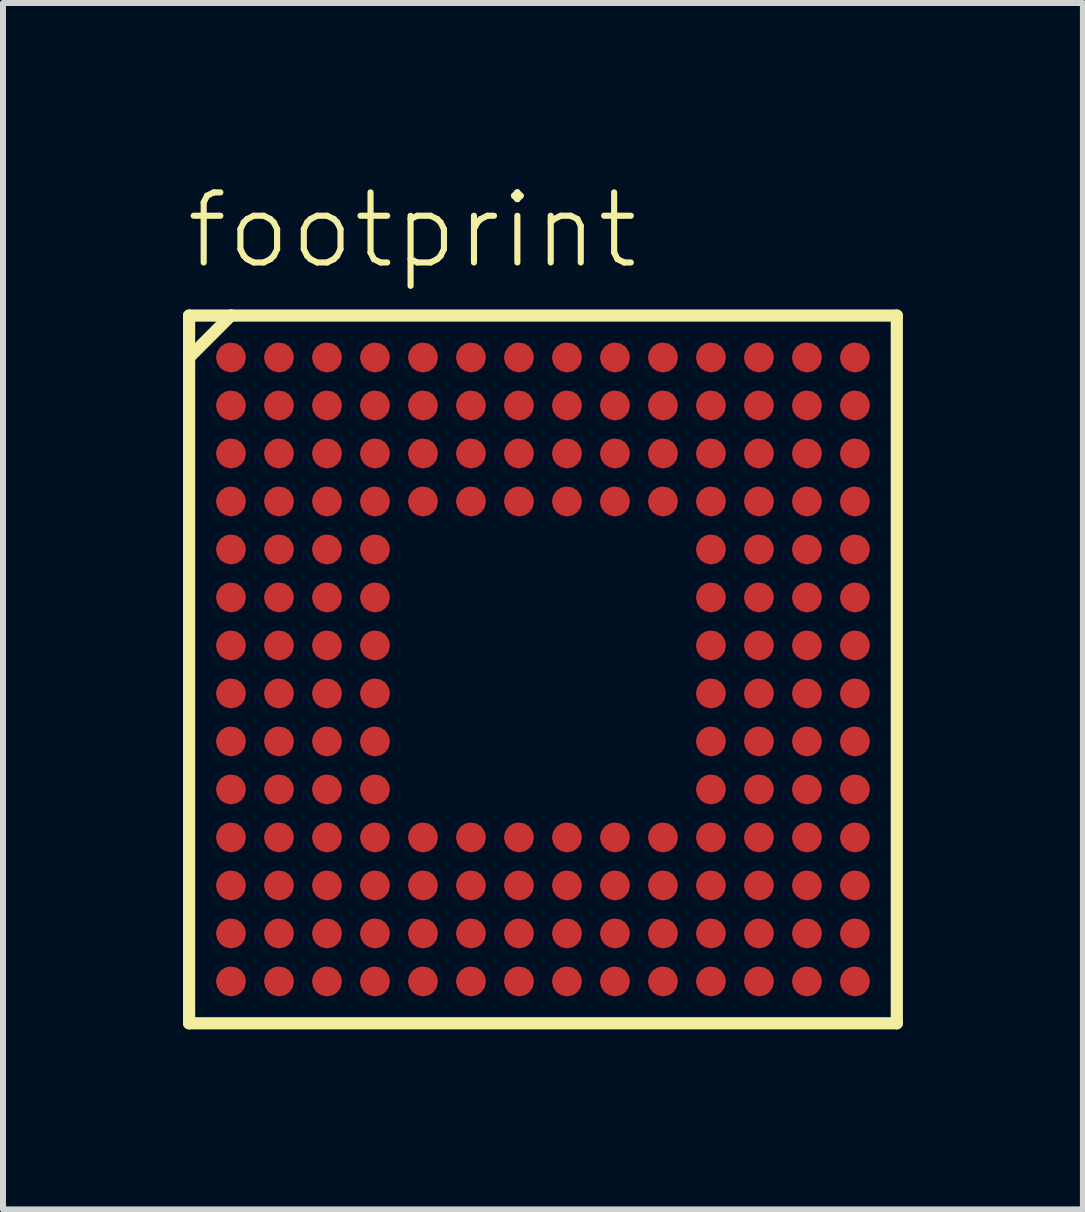
<source format=kicad_pcb>
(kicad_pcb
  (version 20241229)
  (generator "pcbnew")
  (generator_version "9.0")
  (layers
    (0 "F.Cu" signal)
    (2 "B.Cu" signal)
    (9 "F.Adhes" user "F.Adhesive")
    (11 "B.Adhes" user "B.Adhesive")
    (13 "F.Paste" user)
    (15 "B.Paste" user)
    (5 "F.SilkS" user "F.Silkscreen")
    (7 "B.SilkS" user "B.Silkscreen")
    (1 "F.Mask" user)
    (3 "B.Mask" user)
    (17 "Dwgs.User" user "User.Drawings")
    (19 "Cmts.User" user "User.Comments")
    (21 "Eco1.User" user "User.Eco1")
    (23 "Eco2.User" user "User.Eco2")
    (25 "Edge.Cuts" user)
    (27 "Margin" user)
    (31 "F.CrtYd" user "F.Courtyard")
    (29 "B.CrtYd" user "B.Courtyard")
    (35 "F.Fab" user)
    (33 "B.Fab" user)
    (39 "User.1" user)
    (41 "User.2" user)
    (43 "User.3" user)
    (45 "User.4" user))
  (footprint "footprint"
    (layer "F.Cu")
    (at 6 8.108)
    (property "Reference" "footprint" (at -6 -6.635 0) (layer "F.SilkS") (effects (font (size 1.168 1.168) (thickness 0.102)) (justify left bottom)))
    (fp_circle (center -5.2 -5.2) (end -5.075 -5.2) (stroke (width 0.25) (type solid)) (fill yes) (layer "F.Mask"))
    (fp_circle (center -5.2 -4.4) (end -5.075 -4.4) (stroke (width 0.25) (type solid)) (fill yes) (layer "F.Mask"))
    (fp_circle (center -5.2 -3.6) (end -5.075 -3.6) (stroke (width 0.25) (type solid)) (fill yes) (layer "F.Mask"))
    (fp_circle (center -5.2 -2.8) (end -5.075 -2.8) (stroke (width 0.25) (type solid)) (fill yes) (layer "F.Mask"))
    (fp_circle (center -5.2 -2) (end -5.075 -2) (stroke (width 0.25) (type solid)) (fill yes) (layer "F.Mask"))
    (fp_circle (center -5.2 -1.2) (end -5.075 -1.2) (stroke (width 0.25) (type solid)) (fill yes) (layer "F.Mask"))
    (fp_circle (center -5.2 -0.4) (end -5.075 -0.4) (stroke (width 0.25) (type solid)) (fill yes) (layer "F.Mask"))
    (fp_circle (center -5.2 0.4) (end -5.075 0.4) (stroke (width 0.25) (type solid)) (fill yes) (layer "F.Mask"))
    (fp_circle (center -5.2 1.2) (end -5.075 1.2) (stroke (width 0.25) (type solid)) (fill yes) (layer "F.Mask"))
    (fp_circle (center -5.2 2) (end -5.075 2) (stroke (width 0.25) (type solid)) (fill yes) (layer "F.Mask"))
    (fp_circle (center -5.2 2.8) (end -5.075 2.8) (stroke (width 0.25) (type solid)) (fill yes) (layer "F.Mask"))
    (fp_circle (center -5.2 3.6) (end -5.075 3.6) (stroke (width 0.25) (type solid)) (fill yes) (layer "F.Mask"))
    (fp_circle (center -5.2 4.4) (end -5.075 4.4) (stroke (width 0.25) (type solid)) (fill yes) (layer "F.Mask"))
    (fp_circle (center -5.2 5.2) (end -5.075 5.2) (stroke (width 0.25) (type solid)) (fill yes) (layer "F.Mask"))
    (fp_circle (center -4.4 -5.2) (end -4.275 -5.2) (stroke (width 0.25) (type solid)) (fill yes) (layer "F.Mask"))
    (fp_circle (center -4.4 -4.4) (end -4.275 -4.4) (stroke (width 0.25) (type solid)) (fill yes) (layer "F.Mask"))
    (fp_circle (center -4.4 -3.6) (end -4.275 -3.6) (stroke (width 0.25) (type solid)) (fill yes) (layer "F.Mask"))
    (fp_circle (center -4.4 -2.8) (end -4.275 -2.8) (stroke (width 0.25) (type solid)) (fill yes) (layer "F.Mask"))
    (fp_circle (center -4.4 -2) (end -4.275 -2) (stroke (width 0.25) (type solid)) (fill yes) (layer "F.Mask"))
    (fp_circle (center -4.4 -1.2) (end -4.275 -1.2) (stroke (width 0.25) (type solid)) (fill yes) (layer "F.Mask"))
    (fp_circle (center -4.4 -0.4) (end -4.275 -0.4) (stroke (width 0.25) (type solid)) (fill yes) (layer "F.Mask"))
    (fp_circle (center -4.4 0.4) (end -4.275 0.4) (stroke (width 0.25) (type solid)) (fill yes) (layer "F.Mask"))
    (fp_circle (center -4.4 1.2) (end -4.275 1.2) (stroke (width 0.25) (type solid)) (fill yes) (layer "F.Mask"))
    (fp_circle (center -4.4 2) (end -4.275 2) (stroke (width 0.25) (type solid)) (fill yes) (layer "F.Mask"))
    (fp_circle (center -4.4 2.8) (end -4.275 2.8) (stroke (width 0.25) (type solid)) (fill yes) (layer "F.Mask"))
    (fp_circle (center -4.4 3.6) (end -4.275 3.6) (stroke (width 0.25) (type solid)) (fill yes) (layer "F.Mask"))
    (fp_circle (center -4.4 4.4) (end -4.275 4.4) (stroke (width 0.25) (type solid)) (fill yes) (layer "F.Mask"))
    (fp_circle (center -4.4 5.2) (end -4.275 5.2) (stroke (width 0.25) (type solid)) (fill yes) (layer "F.Mask"))
    (fp_circle (center -3.6 -5.2) (end -3.475 -5.2) (stroke (width 0.25) (type solid)) (fill yes) (layer "F.Mask"))
    (fp_circle (center -3.6 -4.4) (end -3.475 -4.4) (stroke (width 0.25) (type solid)) (fill yes) (layer "F.Mask"))
    (fp_circle (center -3.6 -3.6) (end -3.475 -3.6) (stroke (width 0.25) (type solid)) (fill yes) (layer "F.Mask"))
    (fp_circle (center -3.6 -2.8) (end -3.475 -2.8) (stroke (width 0.25) (type solid)) (fill yes) (layer "F.Mask"))
    (fp_circle (center -3.6 -2) (end -3.475 -2) (stroke (width 0.25) (type solid)) (fill yes) (layer "F.Mask"))
    (fp_circle (center -3.6 -1.2) (end -3.475 -1.2) (stroke (width 0.25) (type solid)) (fill yes) (layer "F.Mask"))
    (fp_circle (center -3.6 -0.4) (end -3.475 -0.4) (stroke (width 0.25) (type solid)) (fill yes) (layer "F.Mask"))
    (fp_circle (center -3.6 0.4) (end -3.475 0.4) (stroke (width 0.25) (type solid)) (fill yes) (layer "F.Mask"))
    (fp_circle (center -3.6 1.2) (end -3.475 1.2) (stroke (width 0.25) (type solid)) (fill yes) (layer "F.Mask"))
    (fp_circle (center -3.6 2) (end -3.475 2) (stroke (width 0.25) (type solid)) (fill yes) (layer "F.Mask"))
    (fp_circle (center -3.6 2.8) (end -3.475 2.8) (stroke (width 0.25) (type solid)) (fill yes) (layer "F.Mask"))
    (fp_circle (center -3.6 3.6) (end -3.475 3.6) (stroke (width 0.25) (type solid)) (fill yes) (layer "F.Mask"))
    (fp_circle (center -3.6 4.4) (end -3.475 4.4) (stroke (width 0.25) (type solid)) (fill yes) (layer "F.Mask"))
    (fp_circle (center -3.6 5.2) (end -3.475 5.2) (stroke (width 0.25) (type solid)) (fill yes) (layer "F.Mask"))
    (fp_circle (center -2.8 -5.2) (end -2.675 -5.2) (stroke (width 0.25) (type solid)) (fill yes) (layer "F.Mask"))
    (fp_circle (center -2.8 -4.4) (end -2.675 -4.4) (stroke (width 0.25) (type solid)) (fill yes) (layer "F.Mask"))
    (fp_circle (center -2.8 -3.6) (end -2.675 -3.6) (stroke (width 0.25) (type solid)) (fill yes) (layer "F.Mask"))
    (fp_circle (center -2.8 -2.8) (end -2.675 -2.8) (stroke (width 0.25) (type solid)) (fill yes) (layer "F.Mask"))
    (fp_circle (center -2.8 -2) (end -2.675 -2) (stroke (width 0.25) (type solid)) (fill yes) (layer "F.Mask"))
    (fp_circle (center -2.8 -1.2) (end -2.675 -1.2) (stroke (width 0.25) (type solid)) (fill yes) (layer "F.Mask"))
    (fp_circle (center -2.8 -0.4) (end -2.675 -0.4) (stroke (width 0.25) (type solid)) (fill yes) (layer "F.Mask"))
    (fp_circle (center -2.8 0.4) (end -2.675 0.4) (stroke (width 0.25) (type solid)) (fill yes) (layer "F.Mask"))
    (fp_circle (center -2.8 1.2) (end -2.675 1.2) (stroke (width 0.25) (type solid)) (fill yes) (layer "F.Mask"))
    (fp_circle (center -2.8 2) (end -2.675 2) (stroke (width 0.25) (type solid)) (fill yes) (layer "F.Mask"))
    (fp_circle (center -2.8 2.8) (end -2.675 2.8) (stroke (width 0.25) (type solid)) (fill yes) (layer "F.Mask"))
    (fp_circle (center -2.8 3.6) (end -2.675 3.6) (stroke (width 0.25) (type solid)) (fill yes) (layer "F.Mask"))
    (fp_circle (center -2.8 4.4) (end -2.675 4.4) (stroke (width 0.25) (type solid)) (fill yes) (layer "F.Mask"))
    (fp_circle (center -2.8 5.2) (end -2.675 5.2) (stroke (width 0.25) (type solid)) (fill yes) (layer "F.Mask"))
    (fp_circle (center -2 -5.2) (end -1.875 -5.2) (stroke (width 0.25) (type solid)) (fill yes) (layer "F.Mask"))
    (fp_circle (center -2 -4.4) (end -1.875 -4.4) (stroke (width 0.25) (type solid)) (fill yes) (layer "F.Mask"))
    (fp_circle (center -2 -3.6) (end -1.875 -3.6) (stroke (width 0.25) (type solid)) (fill yes) (layer "F.Mask"))
    (fp_circle (center -2 -2.8) (end -1.875 -2.8) (stroke (width 0.25) (type solid)) (fill yes) (layer "F.Mask"))
    (fp_circle (center -2 2.8) (end -1.875 2.8) (stroke (width 0.25) (type solid)) (fill yes) (layer "F.Mask"))
    (fp_circle (center -2 3.6) (end -1.875 3.6) (stroke (width 0.25) (type solid)) (fill yes) (layer "F.Mask"))
    (fp_circle (center -2 4.4) (end -1.875 4.4) (stroke (width 0.25) (type solid)) (fill yes) (layer "F.Mask"))
    (fp_circle (center -2 5.2) (end -1.875 5.2) (stroke (width 0.25) (type solid)) (fill yes) (layer "F.Mask"))
    (fp_circle (center -1.2 -5.2) (end -1.075 -5.2) (stroke (width 0.25) (type solid)) (fill yes) (layer "F.Mask"))
    (fp_circle (center -1.2 -4.4) (end -1.075 -4.4) (stroke (width 0.25) (type solid)) (fill yes) (layer "F.Mask"))
    (fp_circle (center -1.2 -3.6) (end -1.075 -3.6) (stroke (width 0.25) (type solid)) (fill yes) (layer "F.Mask"))
    (fp_circle (center -1.2 -2.8) (end -1.075 -2.8) (stroke (width 0.25) (type solid)) (fill yes) (layer "F.Mask"))
    (fp_circle (center -1.2 2.8) (end -1.075 2.8) (stroke (width 0.25) (type solid)) (fill yes) (layer "F.Mask"))
    (fp_circle (center -1.2 3.6) (end -1.075 3.6) (stroke (width 0.25) (type solid)) (fill yes) (layer "F.Mask"))
    (fp_circle (center -1.2 4.4) (end -1.075 4.4) (stroke (width 0.25) (type solid)) (fill yes) (layer "F.Mask"))
    (fp_circle (center -1.2 5.2) (end -1.075 5.2) (stroke (width 0.25) (type solid)) (fill yes) (layer "F.Mask"))
    (fp_circle (center -0.4 -5.2) (end -0.275 -5.2) (stroke (width 0.25) (type solid)) (fill yes) (layer "F.Mask"))
    (fp_circle (center -0.4 -4.4) (end -0.275 -4.4) (stroke (width 0.25) (type solid)) (fill yes) (layer "F.Mask"))
    (fp_circle (center -0.4 -3.6) (end -0.275 -3.6) (stroke (width 0.25) (type solid)) (fill yes) (layer "F.Mask"))
    (fp_circle (center -0.4 -2.8) (end -0.275 -2.8) (stroke (width 0.25) (type solid)) (fill yes) (layer "F.Mask"))
    (fp_circle (center -0.4 2.8) (end -0.275 2.8) (stroke (width 0.25) (type solid)) (fill yes) (layer "F.Mask"))
    (fp_circle (center -0.4 3.6) (end -0.275 3.6) (stroke (width 0.25) (type solid)) (fill yes) (layer "F.Mask"))
    (fp_circle (center -0.4 4.4) (end -0.275 4.4) (stroke (width 0.25) (type solid)) (fill yes) (layer "F.Mask"))
    (fp_circle (center -0.4 5.2) (end -0.275 5.2) (stroke (width 0.25) (type solid)) (fill yes) (layer "F.Mask"))
    (fp_circle (center 0.4 -5.2) (end 0.525 -5.2) (stroke (width 0.25) (type solid)) (fill yes) (layer "F.Mask"))
    (fp_circle (center 0.4 -4.4) (end 0.525 -4.4) (stroke (width 0.25) (type solid)) (fill yes) (layer "F.Mask"))
    (fp_circle (center 0.4 -3.6) (end 0.525 -3.6) (stroke (width 0.25) (type solid)) (fill yes) (layer "F.Mask"))
    (fp_circle (center 0.4 -2.8) (end 0.525 -2.8) (stroke (width 0.25) (type solid)) (fill yes) (layer "F.Mask"))
    (fp_circle (center 0.4 2.8) (end 0.525 2.8) (stroke (width 0.25) (type solid)) (fill yes) (layer "F.Mask"))
    (fp_circle (center 0.4 3.6) (end 0.525 3.6) (stroke (width 0.25) (type solid)) (fill yes) (layer "F.Mask"))
    (fp_circle (center 0.4 4.4) (end 0.525 4.4) (stroke (width 0.25) (type solid)) (fill yes) (layer "F.Mask"))
    (fp_circle (center 0.4 5.2) (end 0.525 5.2) (stroke (width 0.25) (type solid)) (fill yes) (layer "F.Mask"))
    (fp_circle (center 1.2 -5.2) (end 1.325 -5.2) (stroke (width 0.25) (type solid)) (fill yes) (layer "F.Mask"))
    (fp_circle (center 1.2 -4.4) (end 1.325 -4.4) (stroke (width 0.25) (type solid)) (fill yes) (layer "F.Mask"))
    (fp_circle (center 1.2 -3.6) (end 1.325 -3.6) (stroke (width 0.25) (type solid)) (fill yes) (layer "F.Mask"))
    (fp_circle (center 1.2 -2.8) (end 1.325 -2.8) (stroke (width 0.25) (type solid)) (fill yes) (layer "F.Mask"))
    (fp_circle (center 1.2 2.8) (end 1.325 2.8) (stroke (width 0.25) (type solid)) (fill yes) (layer "F.Mask"))
    (fp_circle (center 1.2 3.6) (end 1.325 3.6) (stroke (width 0.25) (type solid)) (fill yes) (layer "F.Mask"))
    (fp_circle (center 1.2 4.4) (end 1.325 4.4) (stroke (width 0.25) (type solid)) (fill yes) (layer "F.Mask"))
    (fp_circle (center 1.2 5.2) (end 1.325 5.2) (stroke (width 0.25) (type solid)) (fill yes) (layer "F.Mask"))
    (fp_circle (center 2 -5.2) (end 2.125 -5.2) (stroke (width 0.25) (type solid)) (fill yes) (layer "F.Mask"))
    (fp_circle (center 2 -4.4) (end 2.125 -4.4) (stroke (width 0.25) (type solid)) (fill yes) (layer "F.Mask"))
    (fp_circle (center 2 -3.6) (end 2.125 -3.6) (stroke (width 0.25) (type solid)) (fill yes) (layer "F.Mask"))
    (fp_circle (center 2 -2.8) (end 2.125 -2.8) (stroke (width 0.25) (type solid)) (fill yes) (layer "F.Mask"))
    (fp_circle (center 2 2.8) (end 2.125 2.8) (stroke (width 0.25) (type solid)) (fill yes) (layer "F.Mask"))
    (fp_circle (center 2 3.6) (end 2.125 3.6) (stroke (width 0.25) (type solid)) (fill yes) (layer "F.Mask"))
    (fp_circle (center 2 4.4) (end 2.125 4.4) (stroke (width 0.25) (type solid)) (fill yes) (layer "F.Mask"))
    (fp_circle (center 2 5.2) (end 2.125 5.2) (stroke (width 0.25) (type solid)) (fill yes) (layer "F.Mask"))
    (fp_circle (center 2.8 -5.2) (end 2.925 -5.2) (stroke (width 0.25) (type solid)) (fill yes) (layer "F.Mask"))
    (fp_circle (center 2.8 -4.4) (end 2.925 -4.4) (stroke (width 0.25) (type solid)) (fill yes) (layer "F.Mask"))
    (fp_circle (center 2.8 -3.6) (end 2.925 -3.6) (stroke (width 0.25) (type solid)) (fill yes) (layer "F.Mask"))
    (fp_circle (center 2.8 -2.8) (end 2.925 -2.8) (stroke (width 0.25) (type solid)) (fill yes) (layer "F.Mask"))
    (fp_circle (center 2.8 -2) (end 2.925 -2) (stroke (width 0.25) (type solid)) (fill yes) (layer "F.Mask"))
    (fp_circle (center 2.8 -1.2) (end 2.925 -1.2) (stroke (width 0.25) (type solid)) (fill yes) (layer "F.Mask"))
    (fp_circle (center 2.8 -0.4) (end 2.925 -0.4) (stroke (width 0.25) (type solid)) (fill yes) (layer "F.Mask"))
    (fp_circle (center 2.8 0.4) (end 2.925 0.4) (stroke (width 0.25) (type solid)) (fill yes) (layer "F.Mask"))
    (fp_circle (center 2.8 1.2) (end 2.925 1.2) (stroke (width 0.25) (type solid)) (fill yes) (layer "F.Mask"))
    (fp_circle (center 2.8 2) (end 2.925 2) (stroke (width 0.25) (type solid)) (fill yes) (layer "F.Mask"))
    (fp_circle (center 2.8 2.8) (end 2.925 2.8) (stroke (width 0.25) (type solid)) (fill yes) (layer "F.Mask"))
    (fp_circle (center 2.8 3.6) (end 2.925 3.6) (stroke (width 0.25) (type solid)) (fill yes) (layer "F.Mask"))
    (fp_circle (center 2.8 4.4) (end 2.925 4.4) (stroke (width 0.25) (type solid)) (fill yes) (layer "F.Mask"))
    (fp_circle (center 2.8 5.2) (end 2.925 5.2) (stroke (width 0.25) (type solid)) (fill yes) (layer "F.Mask"))
    (fp_circle (center 3.6 -5.2) (end 3.725 -5.2) (stroke (width 0.25) (type solid)) (fill yes) (layer "F.Mask"))
    (fp_circle (center 3.6 -4.4) (end 3.725 -4.4) (stroke (width 0.25) (type solid)) (fill yes) (layer "F.Mask"))
    (fp_circle (center 3.6 -3.6) (end 3.725 -3.6) (stroke (width 0.25) (type solid)) (fill yes) (layer "F.Mask"))
    (fp_circle (center 3.6 -2.8) (end 3.725 -2.8) (stroke (width 0.25) (type solid)) (fill yes) (layer "F.Mask"))
    (fp_circle (center 3.6 -2) (end 3.725 -2) (stroke (width 0.25) (type solid)) (fill yes) (layer "F.Mask"))
    (fp_circle (center 3.6 -1.2) (end 3.725 -1.2) (stroke (width 0.25) (type solid)) (fill yes) (layer "F.Mask"))
    (fp_circle (center 3.6 -0.4) (end 3.725 -0.4) (stroke (width 0.25) (type solid)) (fill yes) (layer "F.Mask"))
    (fp_circle (center 3.6 0.4) (end 3.725 0.4) (stroke (width 0.25) (type solid)) (fill yes) (layer "F.Mask"))
    (fp_circle (center 3.6 1.2) (end 3.725 1.2) (stroke (width 0.25) (type solid)) (fill yes) (layer "F.Mask"))
    (fp_circle (center 3.6 2) (end 3.725 2) (stroke (width 0.25) (type solid)) (fill yes) (layer "F.Mask"))
    (fp_circle (center 3.6 2.8) (end 3.725 2.8) (stroke (width 0.25) (type solid)) (fill yes) (layer "F.Mask"))
    (fp_circle (center 3.6 3.6) (end 3.725 3.6) (stroke (width 0.25) (type solid)) (fill yes) (layer "F.Mask"))
    (fp_circle (center 3.6 4.4) (end 3.725 4.4) (stroke (width 0.25) (type solid)) (fill yes) (layer "F.Mask"))
    (fp_circle (center 3.6 5.2) (end 3.725 5.2) (stroke (width 0.25) (type solid)) (fill yes) (layer "F.Mask"))
    (fp_circle (center 4.4 -5.2) (end 4.525 -5.2) (stroke (width 0.25) (type solid)) (fill yes) (layer "F.Mask"))
    (fp_circle (center 4.4 -4.4) (end 4.525 -4.4) (stroke (width 0.25) (type solid)) (fill yes) (layer "F.Mask"))
    (fp_circle (center 4.4 -3.6) (end 4.525 -3.6) (stroke (width 0.25) (type solid)) (fill yes) (layer "F.Mask"))
    (fp_circle (center 4.4 -2.8) (end 4.525 -2.8) (stroke (width 0.25) (type solid)) (fill yes) (layer "F.Mask"))
    (fp_circle (center 4.4 -2) (end 4.525 -2) (stroke (width 0.25) (type solid)) (fill yes) (layer "F.Mask"))
    (fp_circle (center 4.4 -1.2) (end 4.525 -1.2) (stroke (width 0.25) (type solid)) (fill yes) (layer "F.Mask"))
    (fp_circle (center 4.4 -0.4) (end 4.525 -0.4) (stroke (width 0.25) (type solid)) (fill yes) (layer "F.Mask"))
    (fp_circle (center 4.4 0.4) (end 4.525 0.4) (stroke (width 0.25) (type solid)) (fill yes) (layer "F.Mask"))
    (fp_circle (center 4.4 1.2) (end 4.525 1.2) (stroke (width 0.25) (type solid)) (fill yes) (layer "F.Mask"))
    (fp_circle (center 4.4 2) (end 4.525 2) (stroke (width 0.25) (type solid)) (fill yes) (layer "F.Mask"))
    (fp_circle (center 4.4 2.8) (end 4.525 2.8) (stroke (width 0.25) (type solid)) (fill yes) (layer "F.Mask"))
    (fp_circle (center 4.4 3.6) (end 4.525 3.6) (stroke (width 0.25) (type solid)) (fill yes) (layer "F.Mask"))
    (fp_circle (center 4.4 4.4) (end 4.525 4.4) (stroke (width 0.25) (type solid)) (fill yes) (layer "F.Mask"))
    (fp_circle (center 4.4 5.2) (end 4.525 5.2) (stroke (width 0.25) (type solid)) (fill yes) (layer "F.Mask"))
    (fp_circle (center 5.2 -5.2) (end 5.325 -5.2) (stroke (width 0.25) (type solid)) (fill yes) (layer "F.Mask"))
    (fp_circle (center 5.2 -4.4) (end 5.325 -4.4) (stroke (width 0.25) (type solid)) (fill yes) (layer "F.Mask"))
    (fp_circle (center 5.2 -3.6) (end 5.325 -3.6) (stroke (width 0.25) (type solid)) (fill yes) (layer "F.Mask"))
    (fp_circle (center 5.2 -2.8) (end 5.325 -2.8) (stroke (width 0.25) (type solid)) (fill yes) (layer "F.Mask"))
    (fp_circle (center 5.2 -2) (end 5.325 -2) (stroke (width 0.25) (type solid)) (fill yes) (layer "F.Mask"))
    (fp_circle (center 5.2 -1.2) (end 5.325 -1.2) (stroke (width 0.25) (type solid)) (fill yes) (layer "F.Mask"))
    (fp_circle (center 5.2 -0.4) (end 5.325 -0.4) (stroke (width 0.25) (type solid)) (fill yes) (layer "F.Mask"))
    (fp_circle (center 5.2 0.4) (end 5.325 0.4) (stroke (width 0.25) (type solid)) (fill yes) (layer "F.Mask"))
    (fp_circle (center 5.2 1.2) (end 5.325 1.2) (stroke (width 0.25) (type solid)) (fill yes) (layer "F.Mask"))
    (fp_circle (center 5.2 2) (end 5.325 2) (stroke (width 0.25) (type solid)) (fill yes) (layer "F.Mask"))
    (fp_circle (center 5.2 2.8) (end 5.325 2.8) (stroke (width 0.25) (type solid)) (fill yes) (layer "F.Mask"))
    (fp_circle (center 5.2 3.6) (end 5.325 3.6) (stroke (width 0.25) (type solid)) (fill yes) (layer "F.Mask"))
    (fp_circle (center 5.2 4.4) (end 5.325 4.4) (stroke (width 0.25) (type solid)) (fill yes) (layer "F.Mask"))
    (fp_circle (center 5.2 5.2) (end 5.325 5.2) (stroke (width 0.25) (type solid)) (fill yes) (layer "F.Mask"))
    (fp_line (start -5.898 -5.898) (end -5.898 -5.2) (stroke (width 0.203) (type solid)) (layer "F.SilkS"))
    (fp_line (start -5.898 -5.2) (end -5.898 5.898) (stroke (width 0.203) (type solid)) (layer "F.SilkS"))
    (fp_line (start -5.898 -5.2) (end -5.2 -5.898) (stroke (width 0.203) (type solid)) (layer "F.SilkS"))
    (fp_line (start -5.898 5.898) (end 5.898 5.898) (stroke (width 0.203) (type solid)) (layer "F.SilkS"))
    (fp_line (start -5.2 -5.898) (end -5.898 -5.898) (stroke (width 0.203) (type solid)) (layer "F.SilkS"))
    (fp_line (start 5.898 -5.898) (end -5.2 -5.898) (stroke (width 0.203) (type solid)) (layer "F.SilkS"))
    (fp_line (start 5.898 5.898) (end 5.898 -5.898) (stroke (width 0.203) (type solid)) (layer "F.SilkS"))
    (pad "A1" smd roundrect (at -5.2 -5.2) (size 0.5 0.5) (layers "F.Cu") (roundrect_rratio 0.5))
    (pad "A2" smd roundrect (at -4.4 -5.2) (size 0.5 0.5) (layers "F.Cu") (roundrect_rratio 0.5))
    (pad "A3" smd roundrect (at -3.6 -5.2) (size 0.5 0.5) (layers "F.Cu") (roundrect_rratio 0.5))
    (pad "A4" smd roundrect (at -2.8 -5.2) (size 0.5 0.5) (layers "F.Cu") (roundrect_rratio 0.5))
    (pad "A5" smd roundrect (at -2 -5.2) (size 0.5 0.5) (layers "F.Cu") (roundrect_rratio 0.5))
    (pad "A6" smd roundrect (at -1.2 -5.2) (size 0.5 0.5) (layers "F.Cu") (roundrect_rratio 0.5))
    (pad "A7" smd roundrect (at -0.4 -5.2) (size 0.5 0.5) (layers "F.Cu") (roundrect_rratio 0.5))
    (pad "A8" smd roundrect (at 0.4 -5.2) (size 0.5 0.5) (layers "F.Cu") (roundrect_rratio 0.5))
    (pad "A9" smd roundrect (at 1.2 -5.2) (size 0.5 0.5) (layers "F.Cu") (roundrect_rratio 0.5))
    (pad "A10" smd roundrect (at 2 -5.2) (size 0.5 0.5) (layers "F.Cu") (roundrect_rratio 0.5))
    (pad "A11" smd roundrect (at 2.8 -5.2) (size 0.5 0.5) (layers "F.Cu") (roundrect_rratio 0.5))
    (pad "A12" smd roundrect (at 3.6 -5.2) (size 0.5 0.5) (layers "F.Cu") (roundrect_rratio 0.5))
    (pad "A13" smd roundrect (at 4.4 -5.2) (size 0.5 0.5) (layers "F.Cu") (roundrect_rratio 0.5))
    (pad "A14" smd roundrect (at 5.2 -5.2) (size 0.5 0.5) (layers "F.Cu") (roundrect_rratio 0.5))
    (pad "B1" smd roundrect (at -5.2 -4.4) (size 0.5 0.5) (layers "F.Cu") (roundrect_rratio 0.5))
    (pad "B2" smd roundrect (at -4.4 -4.4) (size 0.5 0.5) (layers "F.Cu") (roundrect_rratio 0.5))
    (pad "B3" smd roundrect (at -3.6 -4.4) (size 0.5 0.5) (layers "F.Cu") (roundrect_rratio 0.5))
    (pad "B4" smd roundrect (at -2.8 -4.4) (size 0.5 0.5) (layers "F.Cu") (roundrect_rratio 0.5))
    (pad "B5" smd roundrect (at -2 -4.4) (size 0.5 0.5) (layers "F.Cu") (roundrect_rratio 0.5))
    (pad "B6" smd roundrect (at -1.2 -4.4) (size 0.5 0.5) (layers "F.Cu") (roundrect_rratio 0.5))
    (pad "B7" smd roundrect (at -0.4 -4.4) (size 0.5 0.5) (layers "F.Cu") (roundrect_rratio 0.5))
    (pad "B8" smd roundrect (at 0.4 -4.4) (size 0.5 0.5) (layers "F.Cu") (roundrect_rratio 0.5))
    (pad "B9" smd roundrect (at 1.2 -4.4) (size 0.5 0.5) (layers "F.Cu") (roundrect_rratio 0.5))
    (pad "B10" smd roundrect (at 2 -4.4) (size 0.5 0.5) (layers "F.Cu") (roundrect_rratio 0.5))
    (pad "B11" smd roundrect (at 2.8 -4.4) (size 0.5 0.5) (layers "F.Cu") (roundrect_rratio 0.5))
    (pad "B12" smd roundrect (at 3.6 -4.4) (size 0.5 0.5) (layers "F.Cu") (roundrect_rratio 0.5))
    (pad "B13" smd roundrect (at 4.4 -4.4) (size 0.5 0.5) (layers "F.Cu") (roundrect_rratio 0.5))
    (pad "B14" smd roundrect (at 5.2 -4.4) (size 0.5 0.5) (layers "F.Cu") (roundrect_rratio 0.5))
    (pad "C1" smd roundrect (at -5.2 -3.6) (size 0.5 0.5) (layers "F.Cu") (roundrect_rratio 0.5))
    (pad "C2" smd roundrect (at -4.4 -3.6) (size 0.5 0.5) (layers "F.Cu") (roundrect_rratio 0.5))
    (pad "C3" smd roundrect (at -3.6 -3.6) (size 0.5 0.5) (layers "F.Cu") (roundrect_rratio 0.5))
    (pad "C4" smd roundrect (at -2.8 -3.6) (size 0.5 0.5) (layers "F.Cu") (roundrect_rratio 0.5))
    (pad "C5" smd roundrect (at -2 -3.6) (size 0.5 0.5) (layers "F.Cu") (roundrect_rratio 0.5))
    (pad "C6" smd roundrect (at -1.2 -3.6) (size 0.5 0.5) (layers "F.Cu") (roundrect_rratio 0.5))
    (pad "C7" smd roundrect (at -0.4 -3.6) (size 0.5 0.5) (layers "F.Cu") (roundrect_rratio 0.5))
    (pad "C8" smd roundrect (at 0.4 -3.6) (size 0.5 0.5) (layers "F.Cu") (roundrect_rratio 0.5))
    (pad "C9" smd roundrect (at 1.2 -3.6) (size 0.5 0.5) (layers "F.Cu") (roundrect_rratio 0.5))
    (pad "C10" smd roundrect (at 2 -3.6) (size 0.5 0.5) (layers "F.Cu") (roundrect_rratio 0.5))
    (pad "C11" smd roundrect (at 2.8 -3.6) (size 0.5 0.5) (layers "F.Cu") (roundrect_rratio 0.5))
    (pad "C12" smd roundrect (at 3.6 -3.6) (size 0.5 0.5) (layers "F.Cu") (roundrect_rratio 0.5))
    (pad "C13" smd roundrect (at 4.4 -3.6) (size 0.5 0.5) (layers "F.Cu") (roundrect_rratio 0.5))
    (pad "C14" smd roundrect (at 5.2 -3.6) (size 0.5 0.5) (layers "F.Cu") (roundrect_rratio 0.5))
    (pad "D1" smd roundrect (at -5.2 -2.8) (size 0.5 0.5) (layers "F.Cu") (roundrect_rratio 0.5))
    (pad "D2" smd roundrect (at -4.4 -2.8) (size 0.5 0.5) (layers "F.Cu") (roundrect_rratio 0.5))
    (pad "D3" smd roundrect (at -3.6 -2.8) (size 0.5 0.5) (layers "F.Cu") (roundrect_rratio 0.5))
    (pad "D4" smd roundrect (at -2.8 -2.8) (size 0.5 0.5) (layers "F.Cu") (roundrect_rratio 0.5))
    (pad "D5" smd roundrect (at -2 -2.8) (size 0.5 0.5) (layers "F.Cu") (roundrect_rratio 0.5))
    (pad "D6" smd roundrect (at -1.2 -2.8) (size 0.5 0.5) (layers "F.Cu") (roundrect_rratio 0.5))
    (pad "D7" smd roundrect (at -0.4 -2.8) (size 0.5 0.5) (layers "F.Cu") (roundrect_rratio 0.5))
    (pad "D8" smd roundrect (at 0.4 -2.8) (size 0.5 0.5) (layers "F.Cu") (roundrect_rratio 0.5))
    (pad "D9" smd roundrect (at 1.2 -2.8) (size 0.5 0.5) (layers "F.Cu") (roundrect_rratio 0.5))
    (pad "D10" smd roundrect (at 2 -2.8) (size 0.5 0.5) (layers "F.Cu") (roundrect_rratio 0.5))
    (pad "D11" smd roundrect (at 2.8 -2.8) (size 0.5 0.5) (layers "F.Cu") (roundrect_rratio 0.5))
    (pad "D12" smd roundrect (at 3.6 -2.8) (size 0.5 0.5) (layers "F.Cu") (roundrect_rratio 0.5))
    (pad "D13" smd roundrect (at 4.4 -2.8) (size 0.5 0.5) (layers "F.Cu") (roundrect_rratio 0.5))
    (pad "D14" smd roundrect (at 5.2 -2.8) (size 0.5 0.5) (layers "F.Cu") (roundrect_rratio 0.5))
    (pad "E1" smd roundrect (at -5.2 -2) (size 0.5 0.5) (layers "F.Cu") (roundrect_rratio 0.5))
    (pad "E2" smd roundrect (at -4.4 -2) (size 0.5 0.5) (layers "F.Cu") (roundrect_rratio 0.5))
    (pad "E3" smd roundrect (at -3.6 -2) (size 0.5 0.5) (layers "F.Cu") (roundrect_rratio 0.5))
    (pad "E4" smd roundrect (at -2.8 -2) (size 0.5 0.5) (layers "F.Cu") (roundrect_rratio 0.5))
    (pad "E11" smd roundrect (at 2.8 -2) (size 0.5 0.5) (layers "F.Cu") (roundrect_rratio 0.5))
    (pad "E12" smd roundrect (at 3.6 -2) (size 0.5 0.5) (layers "F.Cu") (roundrect_rratio 0.5))
    (pad "E13" smd roundrect (at 4.4 -2) (size 0.5 0.5) (layers "F.Cu") (roundrect_rratio 0.5))
    (pad "E14" smd roundrect (at 5.2 -2) (size 0.5 0.5) (layers "F.Cu") (roundrect_rratio 0.5))
    (pad "F1" smd roundrect (at -5.2 -1.2) (size 0.5 0.5) (layers "F.Cu") (roundrect_rratio 0.5))
    (pad "F2" smd roundrect (at -4.4 -1.2) (size 0.5 0.5) (layers "F.Cu") (roundrect_rratio 0.5))
    (pad "F3" smd roundrect (at -3.6 -1.2) (size 0.5 0.5) (layers "F.Cu") (roundrect_rratio 0.5))
    (pad "F4" smd roundrect (at -2.8 -1.2) (size 0.5 0.5) (layers "F.Cu") (roundrect_rratio 0.5))
    (pad "F11" smd roundrect (at 2.8 -1.2) (size 0.5 0.5) (layers "F.Cu") (roundrect_rratio 0.5))
    (pad "F12" smd roundrect (at 3.6 -1.2) (size 0.5 0.5) (layers "F.Cu") (roundrect_rratio 0.5))
    (pad "F13" smd roundrect (at 4.4 -1.2) (size 0.5 0.5) (layers "F.Cu") (roundrect_rratio 0.5))
    (pad "F14" smd roundrect (at 5.2 -1.2) (size 0.5 0.5) (layers "F.Cu") (roundrect_rratio 0.5))
    (pad "G1" smd roundrect (at -5.2 -0.4) (size 0.5 0.5) (layers "F.Cu") (roundrect_rratio 0.5))
    (pad "G2" smd roundrect (at -4.4 -0.4) (size 0.5 0.5) (layers "F.Cu") (roundrect_rratio 0.5))
    (pad "G3" smd roundrect (at -3.6 -0.4) (size 0.5 0.5) (layers "F.Cu") (roundrect_rratio 0.5))
    (pad "G4" smd roundrect (at -2.8 -0.4) (size 0.5 0.5) (layers "F.Cu") (roundrect_rratio 0.5))
    (pad "G11" smd roundrect (at 2.8 -0.4) (size 0.5 0.5) (layers "F.Cu") (roundrect_rratio 0.5))
    (pad "G12" smd roundrect (at 3.6 -0.4) (size 0.5 0.5) (layers "F.Cu") (roundrect_rratio 0.5))
    (pad "G13" smd roundrect (at 4.4 -0.4) (size 0.5 0.5) (layers "F.Cu") (roundrect_rratio 0.5))
    (pad "G14" smd roundrect (at 5.2 -0.4) (size 0.5 0.5) (layers "F.Cu") (roundrect_rratio 0.5))
    (pad "H1" smd roundrect (at -5.2 0.4) (size 0.5 0.5) (layers "F.Cu") (roundrect_rratio 0.5))
    (pad "H2" smd roundrect (at -4.4 0.4) (size 0.5 0.5) (layers "F.Cu") (roundrect_rratio 0.5))
    (pad "H3" smd roundrect (at -3.6 0.4) (size 0.5 0.5) (layers "F.Cu") (roundrect_rratio 0.5))
    (pad "H4" smd roundrect (at -2.8 0.4) (size 0.5 0.5) (layers "F.Cu") (roundrect_rratio 0.5))
    (pad "H11" smd roundrect (at 2.8 0.4) (size 0.5 0.5) (layers "F.Cu") (roundrect_rratio 0.5))
    (pad "H12" smd roundrect (at 3.6 0.4) (size 0.5 0.5) (layers "F.Cu") (roundrect_rratio 0.5))
    (pad "H13" smd roundrect (at 4.4 0.4) (size 0.5 0.5) (layers "F.Cu") (roundrect_rratio 0.5))
    (pad "H14" smd roundrect (at 5.2 0.4) (size 0.5 0.5) (layers "F.Cu") (roundrect_rratio 0.5))
    (pad "J1" smd roundrect (at -5.2 1.2) (size 0.5 0.5) (layers "F.Cu") (roundrect_rratio 0.5))
    (pad "J2" smd roundrect (at -4.4 1.2) (size 0.5 0.5) (layers "F.Cu") (roundrect_rratio 0.5))
    (pad "J3" smd roundrect (at -3.6 1.2) (size 0.5 0.5) (layers "F.Cu") (roundrect_rratio 0.5))
    (pad "J4" smd roundrect (at -2.8 1.2) (size 0.5 0.5) (layers "F.Cu") (roundrect_rratio 0.5))
    (pad "J11" smd roundrect (at 2.8 1.2) (size 0.5 0.5) (layers "F.Cu") (roundrect_rratio 0.5))
    (pad "J12" smd roundrect (at 3.6 1.2) (size 0.5 0.5) (layers "F.Cu") (roundrect_rratio 0.5))
    (pad "J13" smd roundrect (at 4.4 1.2) (size 0.5 0.5) (layers "F.Cu") (roundrect_rratio 0.5))
    (pad "J14" smd roundrect (at 5.2 1.2) (size 0.5 0.5) (layers "F.Cu") (roundrect_rratio 0.5))
    (pad "K1" smd roundrect (at -5.2 2) (size 0.5 0.5) (layers "F.Cu") (roundrect_rratio 0.5))
    (pad "K2" smd roundrect (at -4.4 2) (size 0.5 0.5) (layers "F.Cu") (roundrect_rratio 0.5))
    (pad "K3" smd roundrect (at -3.6 2) (size 0.5 0.5) (layers "F.Cu") (roundrect_rratio 0.5))
    (pad "K4" smd roundrect (at -2.8 2) (size 0.5 0.5) (layers "F.Cu") (roundrect_rratio 0.5))
    (pad "K11" smd roundrect (at 2.8 2) (size 0.5 0.5) (layers "F.Cu") (roundrect_rratio 0.5))
    (pad "K12" smd roundrect (at 3.6 2) (size 0.5 0.5) (layers "F.Cu") (roundrect_rratio 0.5))
    (pad "K13" smd roundrect (at 4.4 2) (size 0.5 0.5) (layers "F.Cu") (roundrect_rratio 0.5))
    (pad "K14" smd roundrect (at 5.2 2) (size 0.5 0.5) (layers "F.Cu") (roundrect_rratio 0.5))
    (pad "L1" smd roundrect (at -5.2 2.8) (size 0.5 0.5) (layers "F.Cu") (roundrect_rratio 0.5))
    (pad "L2" smd roundrect (at -4.4 2.8) (size 0.5 0.5) (layers "F.Cu") (roundrect_rratio 0.5))
    (pad "L3" smd roundrect (at -3.6 2.8) (size 0.5 0.5) (layers "F.Cu") (roundrect_rratio 0.5))
    (pad "L4" smd roundrect (at -2.8 2.8) (size 0.5 0.5) (layers "F.Cu") (roundrect_rratio 0.5))
    (pad "L5" smd roundrect (at -2 2.8) (size 0.5 0.5) (layers "F.Cu") (roundrect_rratio 0.5))
    (pad "L6" smd roundrect (at -1.2 2.8) (size 0.5 0.5) (layers "F.Cu") (roundrect_rratio 0.5))
    (pad "L7" smd roundrect (at -0.4 2.8) (size 0.5 0.5) (layers "F.Cu") (roundrect_rratio 0.5))
    (pad "L8" smd roundrect (at 0.4 2.8) (size 0.5 0.5) (layers "F.Cu") (roundrect_rratio 0.5))
    (pad "L9" smd roundrect (at 1.2 2.8) (size 0.5 0.5) (layers "F.Cu") (roundrect_rratio 0.5))
    (pad "L10" smd roundrect (at 2 2.8) (size 0.5 0.5) (layers "F.Cu") (roundrect_rratio 0.5))
    (pad "L11" smd roundrect (at 2.8 2.8) (size 0.5 0.5) (layers "F.Cu") (roundrect_rratio 0.5))
    (pad "L12" smd roundrect (at 3.6 2.8) (size 0.5 0.5) (layers "F.Cu") (roundrect_rratio 0.5))
    (pad "L13" smd roundrect (at 4.4 2.8) (size 0.5 0.5) (layers "F.Cu") (roundrect_rratio 0.5))
    (pad "L14" smd roundrect (at 5.2 2.8) (size 0.5 0.5) (layers "F.Cu") (roundrect_rratio 0.5))
    (pad "M1" smd roundrect (at -5.2 3.6) (size 0.5 0.5) (layers "F.Cu") (roundrect_rratio 0.5))
    (pad "M2" smd roundrect (at -4.4 3.6) (size 0.5 0.5) (layers "F.Cu") (roundrect_rratio 0.5))
    (pad "M3" smd roundrect (at -3.6 3.6) (size 0.5 0.5) (layers "F.Cu") (roundrect_rratio 0.5))
    (pad "M4" smd roundrect (at -2.8 3.6) (size 0.5 0.5) (layers "F.Cu") (roundrect_rratio 0.5))
    (pad "M5" smd roundrect (at -2 3.6) (size 0.5 0.5) (layers "F.Cu") (roundrect_rratio 0.5))
    (pad "M6" smd roundrect (at -1.2 3.6) (size 0.5 0.5) (layers "F.Cu") (roundrect_rratio 0.5))
    (pad "M7" smd roundrect (at -0.4 3.6) (size 0.5 0.5) (layers "F.Cu") (roundrect_rratio 0.5))
    (pad "M8" smd roundrect (at 0.4 3.6) (size 0.5 0.5) (layers "F.Cu") (roundrect_rratio 0.5))
    (pad "M9" smd roundrect (at 1.2 3.6) (size 0.5 0.5) (layers "F.Cu") (roundrect_rratio 0.5))
    (pad "M10" smd roundrect (at 2 3.6) (size 0.5 0.5) (layers "F.Cu") (roundrect_rratio 0.5))
    (pad "M11" smd roundrect (at 2.8 3.6) (size 0.5 0.5) (layers "F.Cu") (roundrect_rratio 0.5))
    (pad "M12" smd roundrect (at 3.6 3.6) (size 0.5 0.5) (layers "F.Cu") (roundrect_rratio 0.5))
    (pad "M13" smd roundrect (at 4.4 3.6) (size 0.5 0.5) (layers "F.Cu") (roundrect_rratio 0.5))
    (pad "M14" smd roundrect (at 5.2 3.6) (size 0.5 0.5) (layers "F.Cu") (roundrect_rratio 0.5))
    (pad "N1" smd roundrect (at -5.2 4.4) (size 0.5 0.5) (layers "F.Cu") (roundrect_rratio 0.5))
    (pad "N2" smd roundrect (at -4.4 4.4) (size 0.5 0.5) (layers "F.Cu") (roundrect_rratio 0.5))
    (pad "N3" smd roundrect (at -3.6 4.4) (size 0.5 0.5) (layers "F.Cu") (roundrect_rratio 0.5))
    (pad "N4" smd roundrect (at -2.8 4.4) (size 0.5 0.5) (layers "F.Cu") (roundrect_rratio 0.5))
    (pad "N5" smd roundrect (at -2 4.4) (size 0.5 0.5) (layers "F.Cu") (roundrect_rratio 0.5))
    (pad "N6" smd roundrect (at -1.2 4.4) (size 0.5 0.5) (layers "F.Cu") (roundrect_rratio 0.5))
    (pad "N7" smd roundrect (at -0.4 4.4) (size 0.5 0.5) (layers "F.Cu") (roundrect_rratio 0.5))
    (pad "N8" smd roundrect (at 0.4 4.4) (size 0.5 0.5) (layers "F.Cu") (roundrect_rratio 0.5))
    (pad "N9" smd roundrect (at 1.2 4.4) (size 0.5 0.5) (layers "F.Cu") (roundrect_rratio 0.5))
    (pad "N10" smd roundrect (at 2 4.4) (size 0.5 0.5) (layers "F.Cu") (roundrect_rratio 0.5))
    (pad "N11" smd roundrect (at 2.8 4.4) (size 0.5 0.5) (layers "F.Cu") (roundrect_rratio 0.5))
    (pad "N12" smd roundrect (at 3.6 4.4) (size 0.5 0.5) (layers "F.Cu") (roundrect_rratio 0.5))
    (pad "N13" smd roundrect (at 4.4 4.4) (size 0.5 0.5) (layers "F.Cu") (roundrect_rratio 0.5))
    (pad "N14" smd roundrect (at 5.2 4.4) (size 0.5 0.5) (layers "F.Cu") (roundrect_rratio 0.5))
    (pad "P1" smd roundrect (at -5.2 5.2) (size 0.5 0.5) (layers "F.Cu") (roundrect_rratio 0.5))
    (pad "P2" smd roundrect (at -4.4 5.2) (size 0.5 0.5) (layers "F.Cu") (roundrect_rratio 0.5))
    (pad "P3" smd roundrect (at -3.6 5.2) (size 0.5 0.5) (layers "F.Cu") (roundrect_rratio 0.5))
    (pad "P4" smd roundrect (at -2.8 5.2) (size 0.5 0.5) (layers "F.Cu") (roundrect_rratio 0.5))
    (pad "P5" smd roundrect (at -2 5.2) (size 0.5 0.5) (layers "F.Cu") (roundrect_rratio 0.5))
    (pad "P6" smd roundrect (at -1.2 5.2) (size 0.5 0.5) (layers "F.Cu") (roundrect_rratio 0.5))
    (pad "P7" smd roundrect (at -0.4 5.2) (size 0.5 0.5) (layers "F.Cu") (roundrect_rratio 0.5))
    (pad "P8" smd roundrect (at 0.4 5.2) (size 0.5 0.5) (layers "F.Cu") (roundrect_rratio 0.5))
    (pad "P9" smd roundrect (at 1.2 5.2) (size 0.5 0.5) (layers "F.Cu") (roundrect_rratio 0.5))
    (pad "P10" smd roundrect (at 2 5.2) (size 0.5 0.5) (layers "F.Cu") (roundrect_rratio 0.5))
    (pad "P11" smd roundrect (at 2.8 5.2) (size 0.5 0.5) (layers "F.Cu") (roundrect_rratio 0.5))
    (pad "P12" smd roundrect (at 3.6 5.2) (size 0.5 0.5) (layers "F.Cu") (roundrect_rratio 0.5))
    (pad "P13" smd roundrect (at 4.4 5.2) (size 0.5 0.5) (layers "F.Cu") (roundrect_rratio 0.5))
    (pad "P14" smd roundrect (at 5.2 5.2) (size 0.5 0.5) (layers "F.Cu") (roundrect_rratio 0.5)))
  (gr_rect
    (start -3 -3)
    (end 15 17.108)
    (stroke (width 0.1) (type default))
    (fill no)
    (layer "Edge.Cuts")))
</source>
